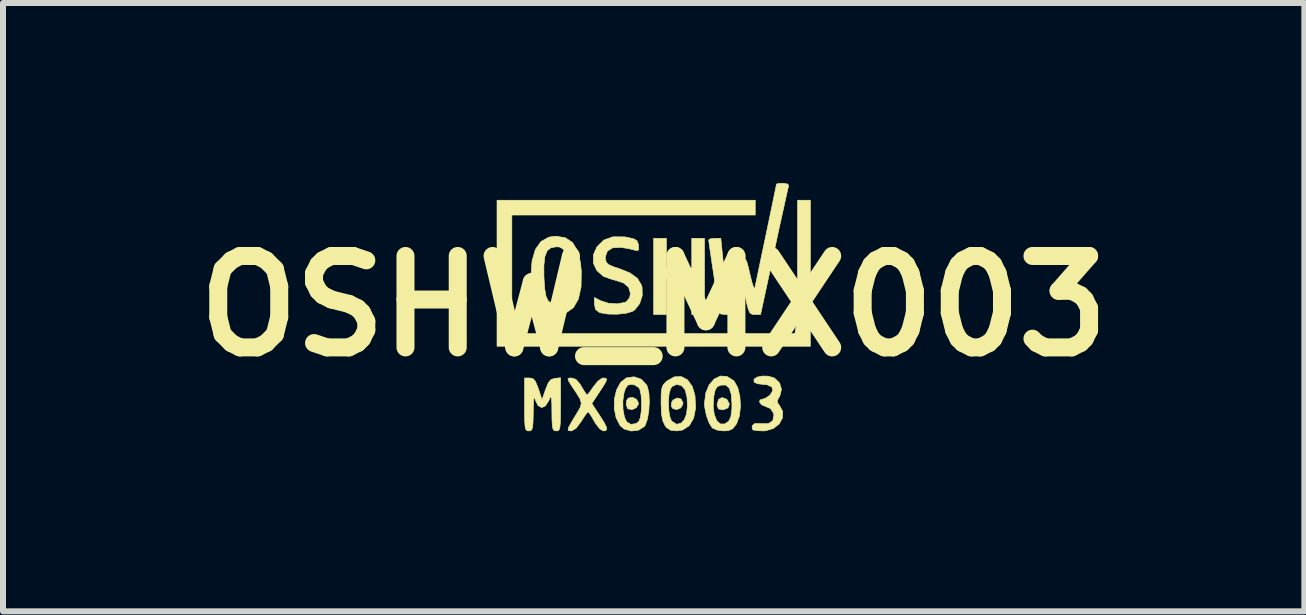
<source format=kicad_pcb>
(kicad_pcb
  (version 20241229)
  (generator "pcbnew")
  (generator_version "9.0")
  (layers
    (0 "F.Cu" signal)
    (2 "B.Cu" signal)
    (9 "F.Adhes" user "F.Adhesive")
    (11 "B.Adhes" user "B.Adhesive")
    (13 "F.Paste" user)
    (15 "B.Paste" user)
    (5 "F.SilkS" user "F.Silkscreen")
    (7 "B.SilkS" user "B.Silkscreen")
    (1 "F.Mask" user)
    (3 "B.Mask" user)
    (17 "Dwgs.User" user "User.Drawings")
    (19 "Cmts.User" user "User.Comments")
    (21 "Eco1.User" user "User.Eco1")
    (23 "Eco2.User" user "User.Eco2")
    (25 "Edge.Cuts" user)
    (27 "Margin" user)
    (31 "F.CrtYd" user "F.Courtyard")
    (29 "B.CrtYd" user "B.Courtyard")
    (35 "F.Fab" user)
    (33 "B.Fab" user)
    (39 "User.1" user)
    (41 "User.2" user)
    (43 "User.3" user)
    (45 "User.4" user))
  (footprint "OSHW_MX003"
    (layer "F.Cu")
    (at 7.845 2.051)
    (property "Reference" "OSHW_MX003" (at 0 0 0) (layer "F.SilkS") (effects (font (size 1.524 1.524) (thickness 0.3))))
    (attr through_hole)
    (fp_poly (pts (xy 0.456 1.55) (xy 0.488 1.61) (xy 0.487 1.636) (xy 0.452 1.697) (xy 0.388 1.724) (xy 0.324 1.712) (xy 0.295 1.675) (xy 0.299 1.605) (xy 0.324 1.566) (xy 0.393 1.532) (xy 0.456 1.55)) (stroke (width 0.01) (type solid)) (fill yes) (layer "F.SilkS"))
    (fp_poly (pts (xy -0.284 1.556) (xy -0.253 1.619) (xy -0.254 1.635) (xy -0.29 1.695) (xy -0.358 1.726) (xy -0.424 1.714) (xy -0.434 1.707) (xy -0.457 1.646) (xy -0.449 1.572) (xy -0.423 1.534) (xy -0.35 1.522) (xy -0.284 1.556)) (stroke (width 0.01) (type solid)) (fill yes) (layer "F.SilkS"))
    (fp_poly (pts (xy 1.212 1.551) (xy 1.225 1.562) (xy 1.262 1.635) (xy 1.239 1.697) (xy 1.165 1.728) (xy 1.148 1.729) (xy 1.08 1.715) (xy 1.059 1.658) (xy 1.058 1.639) (xy 1.082 1.557) (xy 1.14 1.525) (xy 1.212 1.551)) (stroke (width 0.01) (type solid)) (fill yes) (layer "F.SilkS"))
    (fp_poly (pts (xy 0.212 -0.635) (xy 0.635 -0.635) (xy 0.635 -1.129) (xy 0.847 -1.129) (xy 0.847 0.141) (xy 0.635 0.141) (xy 0.635 -0.459) (xy 0.212 -0.459) (xy 0.212 0.141) (xy 0 0.141) (xy 0 -1.129) (xy 0.212 -1.129) (xy 0.212 -0.635)) (stroke (width 0.01) (type solid)) (fill yes) (layer "F.SilkS"))
    (fp_poly (pts (xy 1.693 -1.517) (xy -2.364 -1.517) (xy -2.364 0.459) (xy 2.354 0.459) (xy 2.376 0.326) (xy 2.382 0.257) (xy 2.387 0.127) (xy 2.392 -0.052) (xy 2.395 -0.269) (xy 2.398 -0.515) (xy 2.398 -0.777) (xy 2.399 -0.785) (xy 2.399 -1.764) (xy 2.611 -1.764) (xy 2.611 0.67) (xy -2.611 0.67) (xy -2.611 -1.764) (xy 1.693 -1.764) (xy 1.693 -1.517)) (stroke (width 0.01) (type solid)) (fill yes) (layer "F.SilkS"))
    (fp_poly (pts (xy -0.207 1.22) (xy -0.119 1.314) (xy -0.105 1.343) (xy -0.079 1.454) (xy -0.072 1.597) (xy -0.081 1.75) (xy -0.105 1.888) (xy -0.142 1.988) (xy -0.156 2.008) (xy -0.255 2.07) (xy -0.376 2.083) (xy -0.492 2.049) (xy -0.558 1.994) (xy -0.626 1.863) (xy -0.657 1.707) (xy -0.654 1.581) (xy -0.514 1.581) (xy -0.511 1.724) (xy -0.487 1.851) (xy -0.45 1.931) (xy -0.379 1.972) (xy -0.294 1.959) (xy -0.247 1.923) (xy -0.22 1.853) (xy -0.205 1.739) (xy -0.201 1.606) (xy -0.21 1.48) (xy -0.231 1.387) (xy -0.245 1.361) (xy -0.315 1.316) (xy -0.373 1.305) (xy -0.431 1.319) (xy -0.469 1.372) (xy -0.495 1.45) (xy -0.514 1.581) (xy -0.654 1.581) (xy -0.654 1.545) (xy -0.617 1.394) (xy -0.55 1.272) (xy -0.456 1.198) (xy -0.326 1.179) (xy -0.207 1.22)) (stroke (width 0.01) (type solid)) (fill yes) (layer "F.SilkS"))
    (fp_poly (pts (xy 1.221 1.173) (xy 1.329 1.241) (xy 1.343 1.255) (xy 1.402 1.36) (xy 1.437 1.508) (xy 1.447 1.673) (xy 1.429 1.832) (xy 1.383 1.959) (xy 1.378 1.967) (xy 1.318 2.044) (xy 1.247 2.076) (xy 1.167 2.081) (xy 1.061 2.068) (xy 0.982 2.034) (xy 0.974 2.027) (xy 0.923 1.946) (xy 0.879 1.824) (xy 0.852 1.691) (xy 0.85 1.669) (xy 0.992 1.669) (xy 1.01 1.808) (xy 1.051 1.91) (xy 1.111 1.965) (xy 1.185 1.965) (xy 1.25 1.92) (xy 1.286 1.849) (xy 1.303 1.723) (xy 1.305 1.645) (xy 1.294 1.474) (xy 1.26 1.366) (xy 1.199 1.316) (xy 1.119 1.318) (xy 1.059 1.345) (xy 1.025 1.4) (xy 1.003 1.501) (xy 0.992 1.669) (xy 0.85 1.669) (xy 0.847 1.623) (xy 0.868 1.451) (xy 0.925 1.313) (xy 1.01 1.216) (xy 1.111 1.167) (xy 1.221 1.173)) (stroke (width 0.01) (type solid)) (fill yes) (layer "F.SilkS"))
    (fp_poly (pts (xy 0.565 1.231) (xy 0.644 1.342) (xy 0.689 1.495) (xy 0.699 1.701) (xy 0.666 1.869) (xy 0.594 1.993) (xy 0.485 2.065) (xy 0.386 2.081) (xy 0.283 2.07) (xy 0.216 2.026) (xy 0.186 1.986) (xy 0.15 1.906) (xy 0.13 1.793) (xy 0.124 1.63) (xy 0.123 1.612) (xy 0.124 1.586) (xy 0.246 1.586) (xy 0.25 1.72) (xy 0.267 1.837) (xy 0.297 1.914) (xy 0.302 1.92) (xy 0.384 1.971) (xy 0.459 1.951) (xy 0.51 1.897) (xy 0.547 1.801) (xy 0.563 1.666) (xy 0.556 1.524) (xy 0.527 1.404) (xy 0.524 1.395) (xy 0.462 1.325) (xy 0.382 1.306) (xy 0.308 1.34) (xy 0.283 1.374) (xy 0.257 1.463) (xy 0.246 1.586) (xy 0.124 1.586) (xy 0.125 1.471) (xy 0.134 1.38) (xy 0.155 1.321) (xy 0.194 1.274) (xy 0.222 1.249) (xy 0.344 1.18) (xy 0.462 1.176) (xy 0.565 1.231)) (stroke (width 0.01) (type solid)) (fill yes) (layer "F.SilkS"))
    (fp_poly (pts (xy 1.906 1.169) (xy 1.999 1.194) (xy 2.015 1.202) (xy 2.098 1.281) (xy 2.13 1.387) (xy 2.104 1.496) (xy 2.097 1.507) (xy 2.061 1.574) (xy 2.068 1.619) (xy 2.096 1.655) (xy 2.151 1.758) (xy 2.146 1.866) (xy 2.092 1.965) (xy 1.995 2.041) (xy 1.866 2.079) (xy 1.824 2.081) (xy 1.725 2.077) (xy 1.66 2.066) (xy 1.649 2.06) (xy 1.64 2.013) (xy 1.647 1.99) (xy 1.685 1.958) (xy 1.771 1.958) (xy 1.796 1.961) (xy 1.915 1.959) (xy 1.986 1.91) (xy 2.004 1.82) (xy 1.997 1.785) (xy 1.947 1.708) (xy 1.87 1.676) (xy 1.8 1.645) (xy 1.765 1.601) (xy 1.773 1.564) (xy 1.817 1.552) (xy 1.879 1.529) (xy 1.943 1.479) (xy 1.987 1.406) (xy 1.968 1.347) (xy 1.89 1.312) (xy 1.815 1.305) (xy 1.727 1.294) (xy 1.675 1.268) (xy 1.673 1.266) (xy 1.673 1.219) (xy 1.724 1.185) (xy 1.808 1.167) (xy 1.906 1.169)) (stroke (width 0.01) (type solid)) (fill yes) (layer "F.SilkS"))
    (fp_poly (pts (xy -1.472 -1.138) (xy -1.353 -1.059) (xy -1.27 -0.924) (xy -1.221 -0.729) (xy -1.206 -0.581) (xy -1.21 -0.321) (xy -1.254 -0.118) (xy -1.337 0.026) (xy -1.459 0.112) (xy -1.619 0.14) (xy -1.733 0.131) (xy -1.825 0.111) (xy -1.847 0.101) (xy -1.931 0.015) (xy -1.994 -0.128) (xy -2.034 -0.316) (xy -2.045 -0.502) (xy -2.033 -0.674) (xy -1.83 -0.674) (xy -1.829 -0.483) (xy -1.817 -0.292) (xy -1.794 -0.162) (xy -1.757 -0.083) (xy -1.698 -0.046) (xy -1.616 -0.042) (xy -1.609 -0.042) (xy -1.505 -0.08) (xy -1.457 -0.141) (xy -1.429 -0.239) (xy -1.415 -0.382) (xy -1.414 -0.545) (xy -1.426 -0.703) (xy -1.45 -0.831) (xy -1.462 -0.865) (xy -1.508 -0.949) (xy -1.566 -0.983) (xy -1.62 -0.988) (xy -1.712 -0.972) (xy -1.776 -0.92) (xy -1.814 -0.824) (xy -1.83 -0.674) (xy -2.033 -0.674) (xy -2.027 -0.753) (xy -1.971 -0.944) (xy -1.877 -1.076) (xy -1.746 -1.149) (xy -1.628 -1.164) (xy -1.472 -1.138)) (stroke (width 0.01) (type solid)) (fill yes) (layer "F.SilkS"))
    (fp_poly (pts (xy -1.552 1.638) (xy -1.553 1.822) (xy -1.556 1.946) (xy -1.563 2.023) (xy -1.577 2.063) (xy -1.598 2.079) (xy -1.623 2.081) (xy -1.657 2.076) (xy -1.678 2.05) (xy -1.689 1.99) (xy -1.695 1.883) (xy -1.696 1.773) (xy -1.698 1.627) (xy -1.702 1.543) (xy -1.711 1.513) (xy -1.726 1.528) (xy -1.749 1.579) (xy -1.805 1.664) (xy -1.865 1.693) (xy -1.927 1.659) (xy -1.967 1.579) (xy -1.984 1.533) (xy -1.996 1.531) (xy -2.002 1.58) (xy -2.006 1.689) (xy -2.007 1.773) (xy -2.01 1.921) (xy -2.017 2.013) (xy -2.031 2.061) (xy -2.056 2.079) (xy -2.081 2.081) (xy -2.111 2.077) (xy -2.13 2.058) (xy -2.143 2.011) (xy -2.149 1.925) (xy -2.152 1.79) (xy -2.152 1.64) (xy -2.152 1.199) (xy -2.067 1.199) (xy -2.012 1.21) (xy -1.972 1.254) (xy -1.933 1.347) (xy -1.921 1.381) (xy -1.861 1.562) (xy -1.801 1.39) (xy -1.758 1.283) (xy -1.715 1.228) (xy -1.655 1.207) (xy -1.647 1.206) (xy -1.552 1.195) (xy -1.552 1.638)) (stroke (width 0.01) (type solid)) (fill yes) (layer "F.SilkS"))
    (fp_poly (pts (xy -1.296 1.222) (xy -1.23 1.297) (xy -1.204 1.341) (xy -1.154 1.424) (xy -1.118 1.475) (xy -1.109 1.482) (xy -1.083 1.455) (xy -1.033 1.387) (xy -1.001 1.341) (xy -0.93 1.253) (xy -0.863 1.204) (xy -0.842 1.199) (xy -0.798 1.203) (xy -0.783 1.221) (xy -0.799 1.267) (xy -0.85 1.351) (xy -0.904 1.433) (xy -1.031 1.625) (xy -0.904 1.817) (xy -0.824 1.943) (xy -0.786 2.023) (xy -0.786 2.066) (xy -0.823 2.081) (xy -0.839 2.081) (xy -0.895 2.05) (xy -0.962 1.966) (xy -0.988 1.923) (xy -1.04 1.833) (xy -1.08 1.775) (xy -1.093 1.764) (xy -1.12 1.791) (xy -1.17 1.862) (xy -1.208 1.923) (xy -1.292 2.036) (xy -1.367 2.081) (xy -1.376 2.081) (xy -1.425 2.074) (xy -1.424 2.037) (xy -1.407 2.002) (xy -1.361 1.921) (xy -1.299 1.818) (xy -1.282 1.791) (xy -1.225 1.693) (xy -1.206 1.622) (xy -1.226 1.55) (xy -1.286 1.452) (xy -1.298 1.434) (xy -1.376 1.317) (xy -1.418 1.248) (xy -1.429 1.213) (xy -1.41 1.201) (xy -1.367 1.199) (xy -1.367 1.199) (xy -1.296 1.222)) (stroke (width 0.01) (type solid)) (fill yes) (layer "F.SilkS"))
    (fp_poly (pts (xy -0.485 -1.153) (xy -0.433 -1.144) (xy -0.33 -1.119) (xy -0.278 -1.088) (xy -0.257 -1.035) (xy -0.253 -1.009) (xy -0.251 -0.939) (xy -0.277 -0.923) (xy -0.324 -0.934) (xy -0.413 -0.956) (xy -0.528 -0.975) (xy -0.55 -0.978) (xy -0.684 -0.97) (xy -0.771 -0.917) (xy -0.806 -0.823) (xy -0.804 -0.782) (xy -0.789 -0.728) (xy -0.746 -0.688) (xy -0.661 -0.651) (xy -0.583 -0.627) (xy -0.395 -0.552) (xy -0.27 -0.46) (xy -0.202 -0.346) (xy -0.193 -0.313) (xy -0.19 -0.174) (xy -0.234 -0.04) (xy -0.314 0.062) (xy -0.354 0.089) (xy -0.461 0.121) (xy -0.606 0.136) (xy -0.757 0.134) (xy -0.884 0.113) (xy -0.908 0.105) (xy -0.97 0.055) (xy -0.988 -0.035) (xy -0.988 -0.143) (xy -0.884 -0.089) (xy -0.754 -0.047) (xy -0.609 -0.037) (xy -0.482 -0.06) (xy -0.456 -0.072) (xy -0.4 -0.14) (xy -0.388 -0.212) (xy -0.417 -0.313) (xy -0.504 -0.386) (xy -0.655 -0.434) (xy -0.679 -0.439) (xy -0.836 -0.494) (xy -0.946 -0.59) (xy -1.005 -0.714) (xy -1.005 -0.853) (xy -0.945 -0.988) (xy -0.831 -1.1) (xy -0.679 -1.154) (xy -0.485 -1.153)) (stroke (width 0.01) (type solid)) (fill yes) (layer "F.SilkS"))
    (fp_poly (pts (xy 2.235 -2.034) (xy 2.25 -2.002) (xy 2.238 -1.958) (xy 2.214 -1.853) (xy 2.18 -1.697) (xy 2.136 -1.499) (xy 2.085 -1.267) (xy 2.03 -1.01) (xy 2.008 -0.908) (xy 1.782 0.141) (xy 1.687 0.141) (xy 1.639 0.137) (xy 1.605 0.114) (xy 1.579 0.058) (xy 1.552 -0.044) (xy 1.533 -0.132) (xy 1.501 -0.267) (xy 1.473 -0.378) (xy 1.452 -0.444) (xy 1.449 -0.45) (xy 1.432 -0.438) (xy 1.407 -0.369) (xy 1.376 -0.256) (xy 1.358 -0.177) (xy 1.326 -0.027) (xy 1.3 0.066) (xy 1.275 0.116) (xy 1.243 0.137) (xy 1.197 0.141) (xy 1.192 0.141) (xy 1.121 0.133) (xy 1.093 0.115) (xy 1.088 0.073) (xy 1.074 -0.027) (xy 1.053 -0.172) (xy 1.026 -0.351) (xy 1.005 -0.494) (xy 0.976 -0.689) (xy 0.951 -0.86) (xy 0.931 -0.993) (xy 0.92 -1.078) (xy 0.917 -1.102) (xy 0.948 -1.121) (xy 1.018 -1.129) (xy 1.119 -1.129) (xy 1.165 -0.679) (xy 1.211 -0.229) (xy 1.258 -0.441) (xy 1.286 -0.569) (xy 1.311 -0.678) (xy 1.323 -0.732) (xy 1.359 -0.793) (xy 1.437 -0.811) (xy 1.442 -0.811) (xy 1.491 -0.808) (xy 1.525 -0.788) (xy 1.552 -0.738) (xy 1.578 -0.645) (xy 1.607 -0.52) (xy 1.637 -0.399) (xy 1.663 -0.319) (xy 1.681 -0.292) (xy 1.686 -0.3) (xy 1.772 -0.712) (xy 1.845 -1.058) (xy 1.905 -1.345) (xy 1.953 -1.575) (xy 1.99 -1.753) (xy 2.017 -1.884) (xy 2.035 -1.971) (xy 2.044 -2.019) (xy 2.046 -2.032) (xy 2.077 -2.042) (xy 2.151 -2.046) (xy 2.156 -2.046) (xy 2.235 -2.034)) (stroke (width 0.01) (type solid)) (fill yes) (layer "F.SilkS")))
  (gr_rect
    (start -3 -3)
    (end 18.69 7.139)
    (stroke (width 0.1) (type default))
    (fill no)
    (layer "Edge.Cuts")))
</source>
